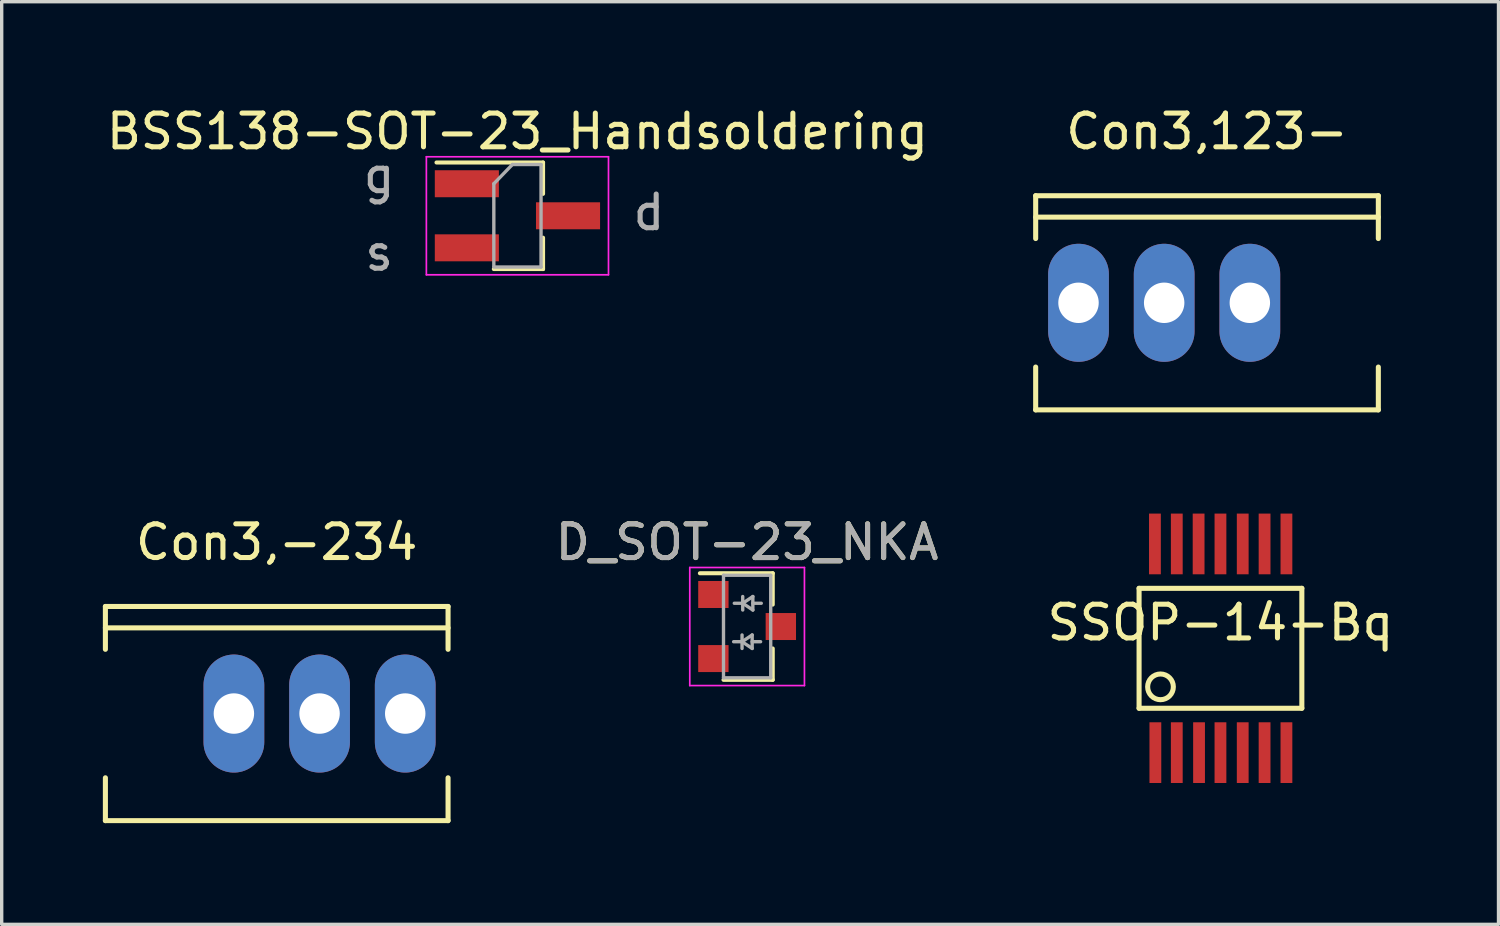
<source format=kicad_pcb>
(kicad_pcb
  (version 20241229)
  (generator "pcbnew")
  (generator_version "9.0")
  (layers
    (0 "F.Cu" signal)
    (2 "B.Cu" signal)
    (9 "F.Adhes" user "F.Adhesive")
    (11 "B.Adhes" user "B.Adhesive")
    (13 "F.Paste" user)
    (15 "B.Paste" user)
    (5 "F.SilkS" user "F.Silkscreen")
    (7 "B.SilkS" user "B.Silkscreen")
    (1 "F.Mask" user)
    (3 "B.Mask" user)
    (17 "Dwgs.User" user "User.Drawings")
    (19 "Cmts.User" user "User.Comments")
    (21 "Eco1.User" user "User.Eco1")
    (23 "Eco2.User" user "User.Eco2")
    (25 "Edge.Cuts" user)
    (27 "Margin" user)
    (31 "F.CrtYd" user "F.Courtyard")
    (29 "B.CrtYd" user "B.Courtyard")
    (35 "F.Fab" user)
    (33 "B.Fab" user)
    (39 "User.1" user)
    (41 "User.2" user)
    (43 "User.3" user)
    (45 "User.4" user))
  (footprint "Con3,123-"
    (layer "F.Cu")
    (at 32.738 5.928)
    (property "Reference" "Con3,123-" (at 0 -5.08 0) (layer "F.SilkS") (effects (font (size 1 1) (thickness 0.15))))
    (attr through_hole)
    (fp_line (start -5.08 -3.175) (end 5.08 -3.175) (stroke (width 0.15) (type solid)) (layer "F.SilkS"))
    (fp_line (start -5.08 -1.905) (end -5.08 -3.175) (stroke (width 0.15) (type solid)) (layer "F.SilkS"))
    (fp_line (start -5.08 3.175) (end -5.08 1.905) (stroke (width 0.15) (type solid)) (layer "F.SilkS"))
    (fp_line (start 5.08 -3.175) (end 5.08 -1.905) (stroke (width 0.15) (type solid)) (layer "F.SilkS"))
    (fp_line (start 5.08 -2.54) (end -5.08 -2.54) (stroke (width 0.15) (type solid)) (layer "F.SilkS"))
    (fp_line (start 5.08 1.905) (end 5.08 3.175) (stroke (width 0.15) (type solid)) (layer "F.SilkS"))
    (fp_line (start 5.08 3.175) (end -5.08 3.175) (stroke (width 0.15) (type solid)) (layer "F.SilkS"))
    (pad "1" thru_hole oval (at -3.81 0) (size 1.801 3.5) (drill 1.199) (layers "*.Cu" "*.Mask"))
    (pad "2" thru_hole oval (at -1.27 0) (size 1.801 3.5) (drill 1.199) (layers "*.Cu" "*.Mask"))
    (pad "3" thru_hole oval (at 1.27 0) (size 1.801 3.5) (drill 1.199) (layers "*.Cu" "*.Mask")))
  (footprint "BSS138-SOT-23_Handsoldering"
    (layer "F.Cu")
    (at 12.292 3.348)
    (property "Reference" "BSS138-SOT-23_Handsoldering" (at 0 -2.5 0) (layer "F.SilkS") (effects (font (size 1 1) (thickness 0.15))))
    (attr smd)
    (fp_line (start 0.76 -1.58) (end -2.4 -1.58) (stroke (width 0.12) (type solid)) (layer "F.SilkS"))
    (fp_line (start 0.76 -1.58) (end 0.76 -0.65) (stroke (width 0.12) (type solid)) (layer "F.SilkS"))
    (fp_line (start 0.76 1.58) (end -0.7 1.58) (stroke (width 0.12) (type solid)) (layer "F.SilkS"))
    (fp_line (start 0.76 1.58) (end 0.76 0.65) (stroke (width 0.12) (type solid)) (layer "F.SilkS"))
    (fp_line (start -2.7 -1.75) (end 2.7 -1.75) (stroke (width 0.05) (type solid)) (layer "F.CrtYd"))
    (fp_line (start -2.7 1.75) (end -2.7 -1.75) (stroke (width 0.05) (type solid)) (layer "F.CrtYd"))
    (fp_line (start 2.7 -1.75) (end 2.7 1.75) (stroke (width 0.05) (type solid)) (layer "F.CrtYd"))
    (fp_line (start 2.7 1.75) (end -2.7 1.75) (stroke (width 0.05) (type solid)) (layer "F.CrtYd"))
    (fp_line (start -0.7 -0.95) (end -0.7 1.5) (stroke (width 0.1) (type solid)) (layer "F.Fab"))
    (fp_line (start -0.7 -0.95) (end -0.15 -1.52) (stroke (width 0.1) (type solid)) (layer "F.Fab"))
    (fp_line (start -0.7 1.52) (end 0.7 1.52) (stroke (width 0.1) (type solid)) (layer "F.Fab"))
    (fp_line (start -0.15 -1.52) (end 0.7 -1.52) (stroke (width 0.1) (type solid)) (layer "F.Fab"))
    (fp_line (start 0.7 -1.52) (end 0.7 1.52) (stroke (width 0.1) (type solid)) (layer "F.Fab"))
    (fp_text user "d" (at 3.9 -0.1 0) (layer "F.Fab") (effects (font (size 1 1) (thickness 0.15))))
    (fp_text user "g" (at -4.1 -1.2 0) (layer "F.Fab") (effects (font (size 1 1) (thickness 0.15))))
    (fp_text user "s" (at -4.1 1.1 0) (layer "F.Fab") (effects (font (size 1 1) (thickness 0.15))))
    (pad "1" smd rect (at -1.5 -0.95) (size 1.9 0.8) (layers "F.Cu" "F.Mask" "F.Paste"))
    (pad "2" smd rect (at -1.5 0.95) (size 1.9 0.8) (layers "F.Cu" "F.Mask" "F.Paste"))
    (pad "3" smd rect (at 1.5 0) (size 1.9 0.8) (layers "F.Cu" "F.Mask" "F.Paste")))
  (footprint "Con3,-234"
    (layer "F.Cu")
    (at 5.155 18.107)
    (property "Reference" "Con3,-234" (at 0 -5.08 0) (layer "F.SilkS") (effects (font (size 1 1) (thickness 0.15))))
    (attr through_hole)
    (fp_line (start -5.08 -3.175) (end 5.08 -3.175) (stroke (width 0.15) (type solid)) (layer "F.SilkS"))
    (fp_line (start -5.08 -1.905) (end -5.08 -3.175) (stroke (width 0.15) (type solid)) (layer "F.SilkS"))
    (fp_line (start -5.08 3.175) (end -5.08 1.905) (stroke (width 0.15) (type solid)) (layer "F.SilkS"))
    (fp_line (start 5.08 -3.175) (end 5.08 -1.905) (stroke (width 0.15) (type solid)) (layer "F.SilkS"))
    (fp_line (start 5.08 -2.54) (end -5.08 -2.54) (stroke (width 0.15) (type solid)) (layer "F.SilkS"))
    (fp_line (start 5.08 1.905) (end 5.08 3.175) (stroke (width 0.15) (type solid)) (layer "F.SilkS"))
    (fp_line (start 5.08 3.175) (end -5.08 3.175) (stroke (width 0.15) (type solid)) (layer "F.SilkS"))
    (pad "2" thru_hole oval (at -1.27 0) (size 1.801 3.5) (drill 1.199) (layers "*.Cu" "*.Mask"))
    (pad "3" thru_hole oval (at 1.27 0) (size 1.801 3.5) (drill 1.199) (layers "*.Cu" "*.Mask"))
    (pad "4" thru_hole oval (at 3.81 0) (size 1.801 3.5) (drill 1.199) (layers "*.Cu" "*.Mask")))
  (footprint "D_SOT-23_NKA"
    (layer "F.Cu")
    (at 19.102 15.527)
    (property "Reference" "D_SOT-23_NKA" (at 0 -2.5 0) (layer "F.SilkS") (effects (font (size 1 1) (thickness 0.15))))
    (attr smd)
    (fp_line (start 0.76 -1.58) (end -1.4 -1.58) (stroke (width 0.12) (type solid)) (layer "F.SilkS"))
    (fp_line (start 0.76 -1.58) (end 0.76 -0.65) (stroke (width 0.12) (type solid)) (layer "F.SilkS"))
    (fp_line (start 0.76 1.58) (end -0.7 1.58) (stroke (width 0.12) (type solid)) (layer "F.SilkS"))
    (fp_line (start 0.76 1.58) (end 0.76 0.65) (stroke (width 0.12) (type solid)) (layer "F.SilkS"))
    (fp_line (start -1.7 -1.75) (end 1.7 -1.75) (stroke (width 0.05) (type solid)) (layer "F.CrtYd"))
    (fp_line (start -1.7 1.75) (end -1.7 -1.75) (stroke (width 0.05) (type solid)) (layer "F.CrtYd"))
    (fp_line (start 1.7 -1.75) (end 1.7 1.75) (stroke (width 0.05) (type solid)) (layer "F.CrtYd"))
    (fp_line (start 1.7 1.75) (end -1.7 1.75) (stroke (width 0.05) (type solid)) (layer "F.CrtYd"))
    (fp_line (start -0.7 -1.52) (end -0.7 1.52) (stroke (width 0.1) (type solid)) (layer "F.Fab"))
    (fp_line (start -0.7 -1.52) (end 0.7 -1.52) (stroke (width 0.1) (type solid)) (layer "F.Fab"))
    (fp_line (start -0.7 1.52) (end 0.7 1.52) (stroke (width 0.1) (type solid)) (layer "F.Fab"))
    (fp_line (start -0.15 0.45) (end -0.4 0.45) (stroke (width 0.1) (type solid)) (layer "F.Fab"))
    (fp_line (start -0.15 0.45) (end 0.15 0.65) (stroke (width 0.1) (type solid)) (layer "F.Fab"))
    (fp_line (start -0.15 0.65) (end -0.15 0.25) (stroke (width 0.1) (type solid)) (layer "F.Fab"))
    (fp_line (start -0.13 -0.69) (end -0.38 -0.69) (stroke (width 0.1) (type solid)) (layer "F.Fab"))
    (fp_line (start -0.13 -0.69) (end 0.17 -0.49) (stroke (width 0.1) (type solid)) (layer "F.Fab"))
    (fp_line (start -0.13 -0.49) (end -0.13 -0.89) (stroke (width 0.1) (type solid)) (layer "F.Fab"))
    (fp_line (start 0.15 0.25) (end -0.15 0.45) (stroke (width 0.1) (type solid)) (layer "F.Fab"))
    (fp_line (start 0.15 0.45) (end 0.4 0.45) (stroke (width 0.1) (type solid)) (layer "F.Fab"))
    (fp_line (start 0.15 0.65) (end 0.15 0.25) (stroke (width 0.1) (type solid)) (layer "F.Fab"))
    (fp_line (start 0.17 -0.89) (end -0.13 -0.69) (stroke (width 0.1) (type solid)) (layer "F.Fab"))
    (fp_line (start 0.17 -0.69) (end 0.42 -0.69) (stroke (width 0.1) (type solid)) (layer "F.Fab"))
    (fp_line (start 0.17 -0.49) (end 0.17 -0.89) (stroke (width 0.1) (type solid)) (layer "F.Fab"))
    (fp_line (start 0.7 -1.52) (end 0.7 1.52) (stroke (width 0.1) (type solid)) (layer "F.Fab"))
    (fp_text user "${REFERENCE}" (at 0 -2.5 0) (layer "F.Fab") (effects (font (size 1 1) (thickness 0.15))))
    (pad "1" smd rect (at -1 0.95) (size 0.9 0.8) (layers "F.Cu" "F.Mask" "F.Paste"))
    (pad "2" smd rect (at -1 -0.95) (size 0.9 0.8) (layers "F.Cu" "F.Mask" "F.Paste"))
    (pad "3" smd rect (at 1 0) (size 0.9 0.8) (layers "F.Cu" "F.Mask" "F.Paste")))
  (footprint "SSOP-14-Bq"
    (layer "F.Cu")
    (at 33.137 16.172)
    (property "Reference" "SSOP-14-Bq" (at 0 -0.762 0) (layer "F.SilkS") (effects (font (size 1 1) (thickness 0.15))))
    (attr smd)
    (fp_line (start -2.413 -1.778) (end 2.413 -1.778) (stroke (width 0.15) (type solid)) (layer "F.SilkS"))
    (fp_line (start -2.413 1.778) (end -2.413 -1.778) (stroke (width 0.15) (type solid)) (layer "F.SilkS"))
    (fp_line (start 2.413 -1.778) (end 2.413 1.778) (stroke (width 0.15) (type solid)) (layer "F.SilkS"))
    (fp_line (start 2.413 1.778) (end -2.413 1.778) (stroke (width 0.15) (type solid)) (layer "F.SilkS"))
    (fp_circle (center -1.778 1.143) (end -2.159 1.143) (stroke (width 0.15) (type solid)) (fill no) (layer "F.SilkS"))
    (pad "1" smd rect (at -1.93 2.794) (size 0.35 1.8) (drill (offset 0 0.3)) (layers "F.Cu" "F.Mask" "F.Paste"))
    (pad "2" smd rect (at -1.295 2.794) (size 0.35 1.8) (drill (offset 0 0.3)) (layers "F.Cu" "F.Mask" "F.Paste"))
    (pad "3" smd rect (at -0.635 2.794) (size 0.35 1.8) (drill (offset 0 0.3)) (layers "F.Cu" "F.Mask" "F.Paste"))
    (pad "4" smd rect (at 0 2.794) (size 0.35 1.8) (drill (offset 0 0.3)) (layers "F.Cu" "F.Mask" "F.Paste"))
    (pad "5" smd rect (at 0.66 2.794) (size 0.35 1.8) (drill (offset 0 0.3)) (layers "F.Cu" "F.Mask" "F.Paste"))
    (pad "6" smd rect (at 1.308 2.794) (size 0.35 1.8) (drill (offset 0 0.3)) (layers "F.Cu" "F.Mask" "F.Paste"))
    (pad "7" smd rect (at 1.956 2.794) (size 0.35 1.8) (drill (offset 0 0.3)) (layers "F.Cu" "F.Mask" "F.Paste"))
    (pad "8" smd rect (at 1.956 -2.794) (size 0.35 1.8) (drill (offset 0 -0.3)) (layers "F.Cu" "F.Mask" "F.Paste"))
    (pad "9" smd rect (at 1.308 -2.794) (size 0.35 1.8) (drill (offset 0 -0.3)) (layers "F.Cu" "F.Mask" "F.Paste"))
    (pad "10" smd rect (at 0.66 -2.794) (size 0.35 1.8) (drill (offset 0 -0.3)) (layers "F.Cu" "F.Mask" "F.Paste"))
    (pad "11" smd rect (at 0 -2.794) (size 0.35 1.8) (drill (offset 0 -0.3)) (layers "F.Cu" "F.Mask" "F.Paste"))
    (pad "12" smd rect (at -0.648 -2.794) (size 0.35 1.8) (drill (offset 0 -0.3)) (layers "F.Cu" "F.Mask" "F.Paste"))
    (pad "13" smd rect (at -1.295 -2.794) (size 0.35 1.8) (drill (offset 0 -0.3)) (layers "F.Cu" "F.Mask" "F.Paste"))
    (pad "14" smd rect (at -1.943 -2.794) (size 0.35 1.8) (drill (offset 0 -0.3)) (layers "F.Cu" "F.Mask" "F.Paste")))
  (gr_rect
    (start -3 -3)
    (end 41.381 24.357)
    (stroke (width 0.1) (type default))
    (fill no)
    (layer "Edge.Cuts")))
</source>
